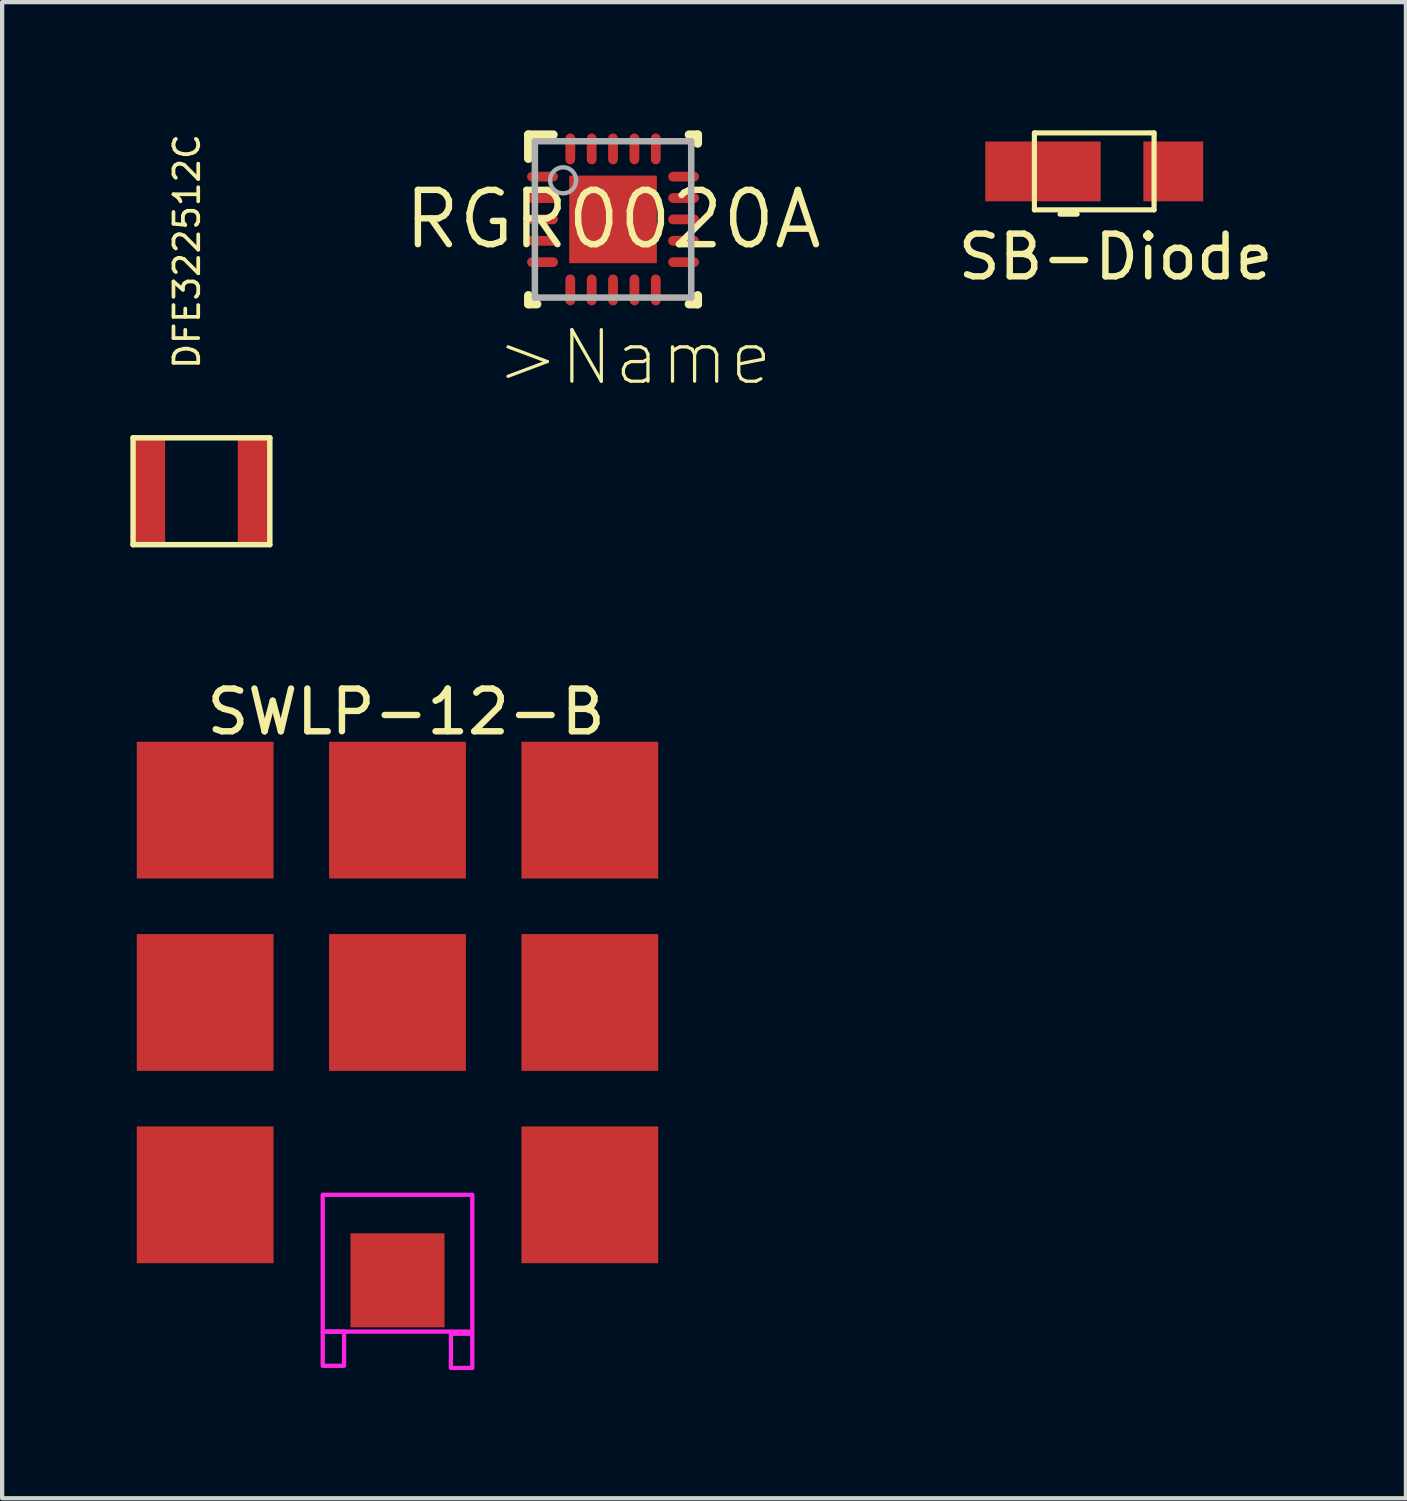
<source format=kicad_pcb>
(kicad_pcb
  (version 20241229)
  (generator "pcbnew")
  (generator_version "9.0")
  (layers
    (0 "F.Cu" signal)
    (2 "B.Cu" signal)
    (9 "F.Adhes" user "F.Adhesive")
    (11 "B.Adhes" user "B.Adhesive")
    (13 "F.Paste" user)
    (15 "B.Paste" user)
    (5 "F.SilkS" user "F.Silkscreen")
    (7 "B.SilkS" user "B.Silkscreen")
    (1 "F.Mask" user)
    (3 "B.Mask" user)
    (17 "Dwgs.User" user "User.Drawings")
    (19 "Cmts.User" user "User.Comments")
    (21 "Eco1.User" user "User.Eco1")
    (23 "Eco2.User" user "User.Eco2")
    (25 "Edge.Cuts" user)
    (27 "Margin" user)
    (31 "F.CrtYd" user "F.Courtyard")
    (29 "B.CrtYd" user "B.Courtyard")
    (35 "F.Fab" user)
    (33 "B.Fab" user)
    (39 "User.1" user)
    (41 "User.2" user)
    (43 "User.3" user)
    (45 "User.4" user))
  (footprint "SB-Diode"
    (layer "F.Cu")
    (at 22.551 0.96)
    (property "Reference" "SB-Diode" (at 0.5 2 0) (layer "F.SilkS") (effects (font (size 1 1) (thickness 0.15))))
    (attr through_hole)
    (fp_line (start -1.4 -0.9) (end 1.4 -0.9) (stroke (width 0.12) (type solid)) (layer "F.SilkS"))
    (fp_line (start -1.4 0.9) (end -1.4 -0.9) (stroke (width 0.12) (type solid)) (layer "F.SilkS"))
    (fp_line (start -0.8 1) (end -0.4 1) (stroke (width 0.12) (type solid)) (layer "F.SilkS"))
    (fp_line (start 1.4 -0.9) (end 1.4 0.9) (stroke (width 0.12) (type solid)) (layer "F.SilkS"))
    (fp_line (start 1.4 0.9) (end -1.4 0.9) (stroke (width 0.12) (type solid)) (layer "F.SilkS"))
    (pad "1" smd rect (at -1.2 0) (size 2.7 1.4) (layers "F.Cu" "F.Mask" "F.Paste"))
    (pad "2" smd rect (at 1.85 0) (size 1.4 1.4) (layers "F.Cu" "F.Mask" "F.Paste")))
  (footprint "SWLP-12-B"
    (layer "F.Cu")
    (at 6.25 20.404)
    (property "Reference" "SWLP-12-B" (at 0.2 -6.8 0) (layer "F.SilkS") (effects (font (size 1 1) (thickness 0.15))))
    (attr smd)
    (fp_poly (pts (xy -6.2 -6.2) (xy -6.2 -2.8) (xy -2.8 -2.8) (xy -2.8 -6.2)) (stroke (width 0.1) (type solid)) (fill yes) (layer "F.Mask"))
    (fp_poly (pts (xy -6.2 -1.7) (xy -6.2 1.7) (xy -2.8 1.7) (xy -2.8 -1.7)) (stroke (width 0.1) (type solid)) (fill yes) (layer "F.Mask"))
    (fp_poly (pts (xy -6.2 2.8) (xy -6.2 6.2) (xy -2.8 6.2) (xy -2.8 2.8)) (stroke (width 0.1) (type solid)) (fill yes) (layer "F.Mask"))
    (fp_poly (pts (xy -1.7 -6.2) (xy -1.7 -2.8) (xy 1.7 -2.8) (xy 1.7 -6.2)) (stroke (width 0.1) (type solid)) (fill yes) (layer "F.Mask"))
    (fp_poly (pts (xy -1.7 -1.7) (xy -1.7 1.7) (xy 1.7 1.7) (xy 1.7 -1.7)) (stroke (width 0.1) (type solid)) (fill yes) (layer "F.Mask"))
    (fp_poly (pts (xy -1.2 5.3) (xy -1.2 7.7) (xy 1.2 7.7) (xy 1.2 5.3)) (stroke (width 0.1) (type solid)) (fill yes) (layer "F.Mask"))
    (fp_poly (pts (xy 2.8 -6.2) (xy 2.8 -2.8) (xy 6.2 -2.8) (xy 6.2 -6.2)) (stroke (width 0.1) (type solid)) (fill yes) (layer "F.Mask"))
    (fp_poly (pts (xy 2.8 -1.7) (xy 2.8 1.7) (xy 6.2 1.7) (xy 6.2 -1.7)) (stroke (width 0.1) (type solid)) (fill yes) (layer "F.Mask"))
    (fp_poly (pts (xy 2.8 2.8) (xy 2.8 6.2) (xy 6.2 6.2) (xy 6.2 2.8)) (stroke (width 0.1) (type solid)) (fill yes) (layer "F.Mask"))
    (fp_poly (pts (xy -6 -6) (xy -6 -3) (xy -3 -3) (xy -3 -6)) (stroke (width 0.1) (type solid)) (fill yes) (layer "F.Paste"))
    (fp_poly (pts (xy -6 -1.5) (xy -6 1.5) (xy -3 1.5) (xy -3 -1.5)) (stroke (width 0.1) (type solid)) (fill yes) (layer "F.Paste"))
    (fp_poly (pts (xy -6 3) (xy -6 6) (xy -3 6) (xy -3 3)) (stroke (width 0.1) (type solid)) (fill yes) (layer "F.Paste"))
    (fp_poly (pts (xy -1.5 -6) (xy -1.5 -3) (xy 1.5 -3) (xy 1.5 -6)) (stroke (width 0.1) (type solid)) (fill yes) (layer "F.Paste"))
    (fp_poly (pts (xy -1.5 -1.5) (xy -1.5 1.5) (xy 1.5 1.5) (xy 1.5 -1.5)) (stroke (width 0.1) (type solid)) (fill yes) (layer "F.Paste"))
    (fp_poly (pts (xy -1 5.5) (xy -1 7.5) (xy 1 7.5) (xy 1 5.5)) (stroke (width 0.1) (type solid)) (fill yes) (layer "F.Paste"))
    (fp_poly (pts (xy 3 -6) (xy 3 -3) (xy 6 -3) (xy 6 -6)) (stroke (width 0.1) (type solid)) (fill yes) (layer "F.Paste"))
    (fp_poly (pts (xy 3 -1.5) (xy 3 1.5) (xy 6 1.5) (xy 6 -1.5)) (stroke (width 0.1) (type solid)) (fill yes) (layer "F.Paste"))
    (fp_poly (pts (xy 3 3) (xy 3 6) (xy 6 6) (xy 6 3)) (stroke (width 0.1) (type solid)) (fill yes) (layer "F.Paste"))
    (fp_poly (pts (xy -1.75 4.5) (xy -1.75 7.7) (xy 1.75 7.7) (xy 1.75 4.5)) (stroke (width 0.1) (type solid)) (fill no) (layer "F.CrtYd"))
    (fp_poly (pts (xy -1.75 7.7) (xy -1.25 7.7) (xy -1.25 8.5) (xy -1.75 8.5)) (stroke (width 0.1) (type solid)) (fill no) (layer "F.CrtYd"))
    (fp_poly (pts (xy 1.25 7.75) (xy 1.75 7.75) (xy 1.75 8.55) (xy 1.25 8.55)) (stroke (width 0.1) (type solid)) (fill no) (layer "F.CrtYd"))
    (pad "1" smd rect (at -4.5 -4.5) (size 3.2 3.2) (layers "F.Cu" "F.Mask" "F.Paste"))
    (pad "2" smd rect (at 0 -4.5) (size 3.2 3.2) (layers "F.Cu" "F.Mask" "F.Paste"))
    (pad "3" smd rect (at 4.5 -4.5) (size 3.2 3.2) (layers "F.Cu" "F.Mask" "F.Paste"))
    (pad "4" smd rect (at -4.5 0) (size 3.2 3.2) (layers "F.Cu" "F.Mask" "F.Paste"))
    (pad "5" smd rect (at 0 0) (size 3.2 3.2) (layers "F.Cu" "F.Mask" "F.Paste"))
    (pad "6" smd rect (at 4.5 0) (size 3.2 3.2) (layers "F.Cu" "F.Mask" "F.Paste"))
    (pad "7" smd rect (at -4.5 4.5) (size 3.2 3.2) (layers "F.Cu" "F.Mask" "F.Paste"))
    (pad "8" smd rect (at 0 6.5) (size 2.2 2.2) (layers "F.Cu" "F.Mask" "F.Paste"))
    (pad "9" smd rect (at 4.5 4.5) (size 3.2 3.2) (layers "F.Cu" "F.Mask" "F.Paste")))
  (footprint "DFE322512C"
    (layer "F.Cu")
    (at 1.663 8.443)
    (property "Reference" "DFE322512C" (at 0 -2.81 270) (layer "F.SilkS") (effects (font (size 0.579 0.579) (thickness 0.087)) (justify left bottom)))
    (attr through_hole)
    (fp_line (start -1.6 -1.25) (end 1.6 -1.25) (stroke (width 0.127) (type solid)) (layer "F.SilkS"))
    (fp_line (start -1.6 1.25) (end -1.6 -1.25) (stroke (width 0.127) (type solid)) (layer "F.SilkS"))
    (fp_line (start 1.6 -1.25) (end 1.6 1.25) (stroke (width 0.127) (type solid)) (layer "F.SilkS"))
    (fp_line (start 1.6 1.25) (end -1.6 1.25) (stroke (width 0.127) (type solid)) (layer "F.SilkS"))
    (pad "P$1" smd rect (at 1.225 0 90) (size 2.5 0.75) (layers "F.Cu" "F.Mask" "F.Paste"))
    (pad "P$2" smd rect (at -1.225 0 90) (size 2.5 0.75) (layers "F.Cu" "F.Mask" "F.Paste")))
  (footprint "RGR0020A"
    (layer "F.Cu")
    (at 11.293 2.083)
    (property "Reference" "RGR0020A" (at 0 0 0) (layer "F.SilkS") (effects (font (size 1.27 1.27) (thickness 0.15))))
    (attr through_hole)
    (fp_line (start -1.981 -1.981) (end -1.397 -1.981) (stroke (width 0.203) (type solid)) (layer "F.SilkS"))
    (fp_line (start -1.981 -1.422) (end -1.981 -1.981) (stroke (width 0.203) (type solid)) (layer "F.SilkS"))
    (fp_line (start -1.981 1.981) (end -1.981 1.778) (stroke (width 0.203) (type solid)) (layer "F.SilkS"))
    (fp_line (start -1.981 1.981) (end -1.778 1.981) (stroke (width 0.203) (type solid)) (layer "F.SilkS"))
    (fp_line (start 1.778 -1.981) (end 1.981 -1.981) (stroke (width 0.203) (type solid)) (layer "F.SilkS"))
    (fp_line (start 1.778 1.981) (end 1.981 1.981) (stroke (width 0.203) (type solid)) (layer "F.SilkS"))
    (fp_line (start 1.981 -1.778) (end 1.981 -1.981) (stroke (width 0.203) (type solid)) (layer "F.SilkS"))
    (fp_line (start 1.981 1.981) (end 1.981 1.778) (stroke (width 0.203) (type solid)) (layer "F.SilkS"))
    (fp_poly (pts (xy -0.1 -1.017) (xy -1.017 -1.017) (xy -1.017 -0.1) (xy -0.1 -0.1)) (stroke (width 0) (type solid)) (fill yes) (layer "F.Paste"))
    (fp_poly (pts (xy -0.1 0.1) (xy -1.017 0.1) (xy -1.017 1.017) (xy -0.1 1.017)) (stroke (width 0) (type solid)) (fill yes) (layer "F.Paste"))
    (fp_poly (pts (xy 0.1 -0.1) (xy 1.017 -0.1) (xy 1.017 -1.017) (xy 0.1 -1.017)) (stroke (width 0) (type solid)) (fill yes) (layer "F.Paste"))
    (fp_poly (pts (xy 0.1 1.017) (xy 1.017 1.017) (xy 1.017 0.1) (xy 0.1 0.1)) (stroke (width 0) (type solid)) (fill yes) (layer "F.Paste"))
    (fp_line (start -1.829 -1.829) (end 1.829 -1.829) (stroke (width 0.152) (type solid)) (layer "F.Fab"))
    (fp_line (start -1.829 1.829) (end -1.829 -1.829) (stroke (width 0.152) (type solid)) (layer "F.Fab"))
    (fp_line (start -1.829 1.829) (end 1.829 1.829) (stroke (width 0.152) (type solid)) (layer "F.Fab"))
    (fp_line (start 1.829 1.829) (end 1.829 -1.829) (stroke (width 0.152) (type solid)) (layer "F.Fab"))
    (fp_arc (start -1.4732 -0.9144) (mid -1.1684 -1.2192) (end -0.8636 -0.9144) (stroke (width 0.1016) (type solid)) (layer "F.Fab"))
    (fp_arc (start -0.8636 -0.9144) (mid -1.1684 -0.6096) (end -1.4732 -0.9144) (stroke (width 0.1016) (type solid)) (layer "F.Fab"))
    (fp_text user ">Name" (at -2.794 3.937 0) (layer "F.SilkS") (effects (font (size 1.206 1.206) (thickness 0.076)) (justify left bottom)))
    (pad "1" smd roundrect (at -1.65 -1 180) (size 0.724 0.229) (layers "F.Cu" "F.Mask" "F.Paste") (roundrect_rratio 0.5))
    (pad "2" smd roundrect (at -1.65 -0.5 180) (size 0.724 0.229) (layers "F.Cu" "F.Mask" "F.Paste") (roundrect_rratio 0.5))
    (pad "3" smd roundrect (at -1.65 0 180) (size 0.724 0.229) (layers "F.Cu" "F.Mask" "F.Paste") (roundrect_rratio 0.5))
    (pad "4" smd roundrect (at -1.65 0.5 180) (size 0.724 0.229) (layers "F.Cu" "F.Mask" "F.Paste") (roundrect_rratio 0.5))
    (pad "5" smd roundrect (at -1.65 1 180) (size 0.724 0.229) (layers "F.Cu" "F.Mask" "F.Paste") (roundrect_rratio 0.5))
    (pad "6" smd roundrect (at -1 1.65 90) (size 0.724 0.229) (layers "F.Cu" "F.Mask" "F.Paste") (roundrect_rratio 0.5))
    (pad "7" smd roundrect (at -0.5 1.65 90) (size 0.724 0.229) (layers "F.Cu" "F.Mask" "F.Paste") (roundrect_rratio 0.5))
    (pad "8" smd roundrect (at 0 1.65 90) (size 0.724 0.229) (layers "F.Cu" "F.Mask" "F.Paste") (roundrect_rratio 0.5))
    (pad "9" smd roundrect (at 0.5 1.65 90) (size 0.724 0.229) (layers "F.Cu" "F.Mask" "F.Paste") (roundrect_rratio 0.5))
    (pad "10" smd roundrect (at 1 1.65 90) (size 0.724 0.229) (layers "F.Cu" "F.Mask" "F.Paste") (roundrect_rratio 0.5))
    (pad "11" smd roundrect (at 1.65 1 180) (size 0.724 0.229) (layers "F.Cu" "F.Mask" "F.Paste") (roundrect_rratio 0.5))
    (pad "12" smd roundrect (at 1.65 0.5 180) (size 0.724 0.229) (layers "F.Cu" "F.Mask" "F.Paste") (roundrect_rratio 0.5))
    (pad "13" smd roundrect (at 1.65 0 180) (size 0.724 0.229) (layers "F.Cu" "F.Mask" "F.Paste") (roundrect_rratio 0.5))
    (pad "14" smd roundrect (at 1.65 -0.5 180) (size 0.724 0.229) (layers "F.Cu" "F.Mask" "F.Paste") (roundrect_rratio 0.5))
    (pad "15" smd roundrect (at 1.65 -1 180) (size 0.724 0.229) (layers "F.Cu" "F.Mask" "F.Paste") (roundrect_rratio 0.5))
    (pad "16" smd roundrect (at 1 -1.65 90) (size 0.724 0.229) (layers "F.Cu" "F.Mask" "F.Paste") (roundrect_rratio 0.5))
    (pad "17" smd roundrect (at 0.5 -1.65 90) (size 0.724 0.229) (layers "F.Cu" "F.Mask" "F.Paste") (roundrect_rratio 0.5))
    (pad "18" smd roundrect (at 0 -1.65 90) (size 0.724 0.229) (layers "F.Cu" "F.Mask" "F.Paste") (roundrect_rratio 0.5))
    (pad "19" smd roundrect (at -0.5 -1.65 90) (size 0.724 0.229) (layers "F.Cu" "F.Mask" "F.Paste") (roundrect_rratio 0.5))
    (pad "20" smd roundrect (at -1 -1.65 90) (size 0.724 0.229) (layers "F.Cu" "F.Mask" "F.Paste") (roundrect_rratio 0.5))
    (pad "21" smd rect (at 0 0) (size 2.05 2.05) (layers "F.Cu" "F.Mask" "F.Paste"))
    (pad "V" smd roundrect (at 0 0.14) (size 0.5 0.5) (layers "F.Cu" "F.Mask" "F.Paste") (roundrect_rratio 0.5)))
  (gr_rect
    (start -3 -3)
    (end 29.843 32.004)
    (stroke (width 0.1) (type default))
    (fill no)
    (layer "Edge.Cuts")))
</source>
